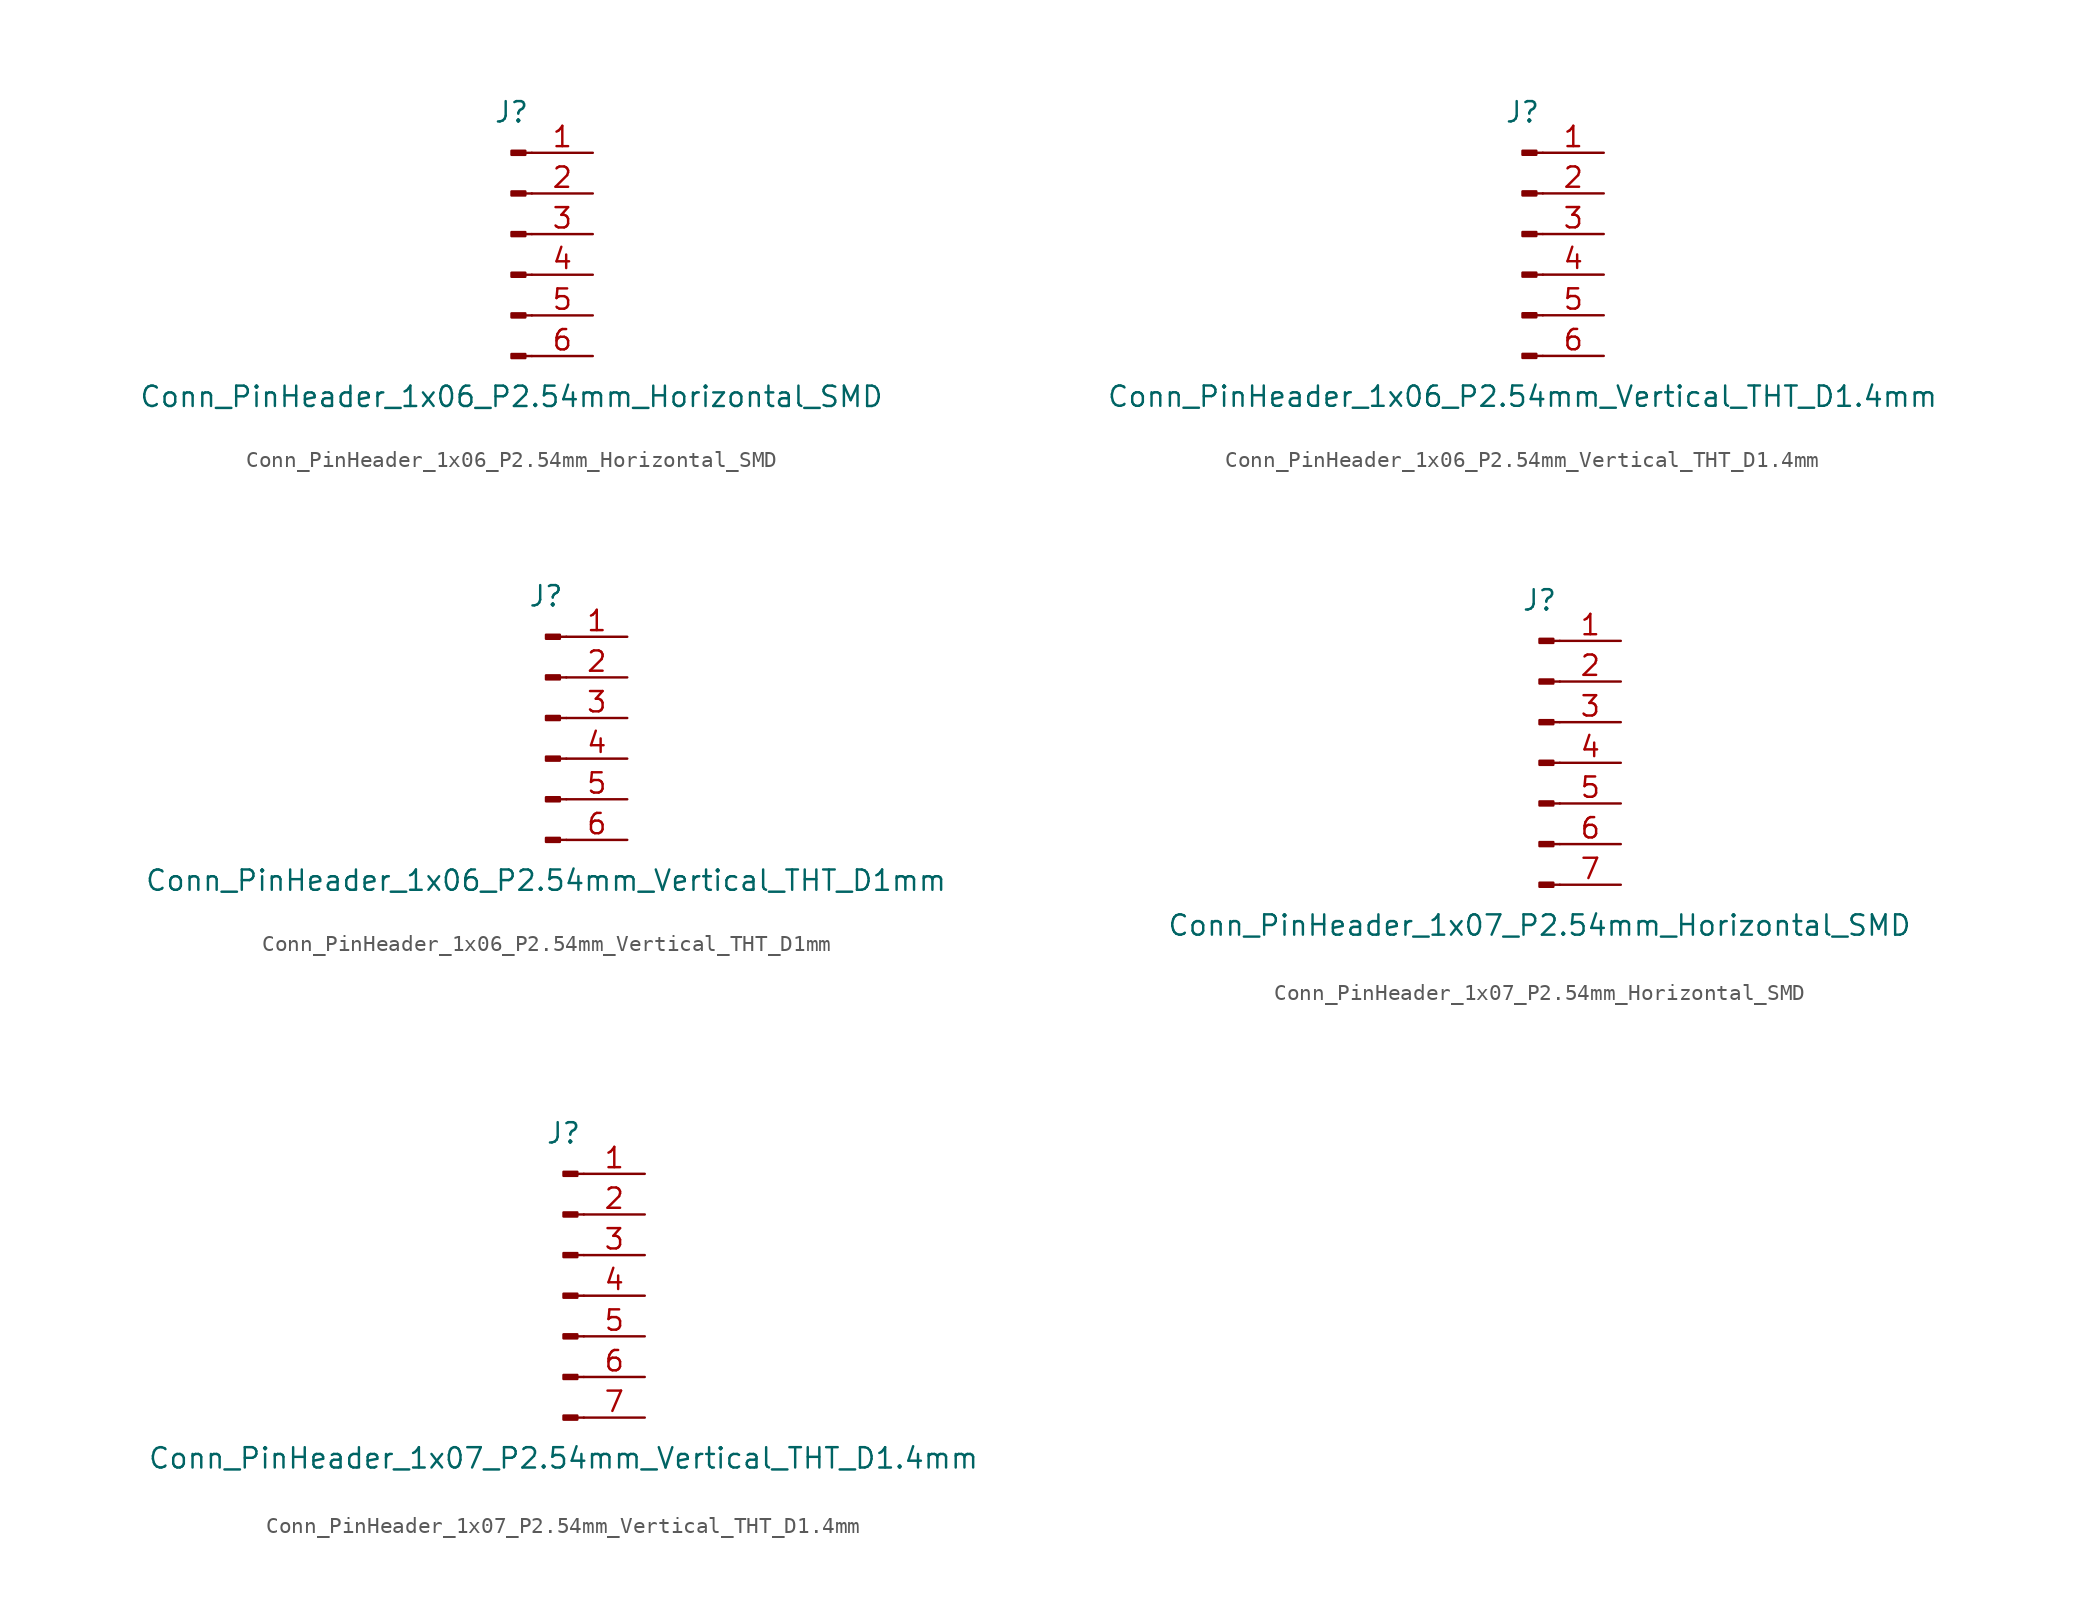
<source format=kicad_sym>
(kicad_symbol_lib
  (version 20220914)
  (generator kicad_symbol_editor)
  (symbol "Conn_PinHeader_1x06_P2.54mm_Horizontal_SMD"
    (pin_names
      (offset 1.016) hide)
    (property "Reference" "J"
      (at 0 7.62 0)
      (effects (font (size 1.27 1.27))))
    (property "Value" "Conn_PinHeader_1x06_P2.54mm_Horizontal_SMD"
      (at 0 -10.16 0)
      (effects (font (size 1.27 1.27))))
    (symbol "Conn_PinHeader_1x06_P2.54mm_Horizontal_SMD_1_1"
      (polyline (pts (xy 1.27 -7.62) (xy 0.864 -7.62)) (stroke (width 0.152) (type solid)) (fill (type none)))
      (polyline (pts (xy 1.27 -5.08) (xy 0.864 -5.08)) (stroke (width 0.152) (type solid)) (fill (type none)))
      (polyline (pts (xy 1.27 -2.54) (xy 0.864 -2.54)) (stroke (width 0.152) (type solid)) (fill (type none)))
      (polyline (pts (xy 1.27 0) (xy 0.864 0)) (stroke (width 0.152) (type solid)) (fill (type none)))
      (polyline (pts (xy 1.27 2.54) (xy 0.864 2.54)) (stroke (width 0.152) (type solid)) (fill (type none)))
      (polyline (pts (xy 1.27 5.08) (xy 0.864 5.08)) (stroke (width 0.152) (type solid)) (fill (type none)))
      (rectangle (start 0.864 -7.493) (end 0 -7.747) (stroke (width 0.152) (type solid)) (fill (type outline)))
      (rectangle (start 0.864 -4.953) (end 0 -5.207) (stroke (width 0.152) (type solid)) (fill (type outline)))
      (rectangle (start 0.864 -2.413) (end 0 -2.667) (stroke (width 0.152) (type solid)) (fill (type outline)))
      (rectangle (start 0.864 0.127) (end 0 -0.127) (stroke (width 0.152) (type solid)) (fill (type outline)))
      (rectangle (start 0.864 2.667) (end 0 2.413) (stroke (width 0.152) (type solid)) (fill (type outline)))
      (rectangle (start 0.864 5.207) (end 0 4.953) (stroke (width 0.152) (type solid)) (fill (type outline)))
      (pin passive line (at 5.08 5.08 180) (length 3.81) (name "Pin_1" (effects (font (size 1.27 1.27)))) (number "1" (effects (font (size 1.27 1.27)))))
      (pin passive line (at 5.08 2.54 180) (length 3.81) (name "Pin_2" (effects (font (size 1.27 1.27)))) (number "2" (effects (font (size 1.27 1.27)))))
      (pin passive line (at 5.08 0 180) (length 3.81) (name "Pin_3" (effects (font (size 1.27 1.27)))) (number "3" (effects (font (size 1.27 1.27)))))
      (pin passive line (at 5.08 -2.54 180) (length 3.81) (name "Pin_4" (effects (font (size 1.27 1.27)))) (number "4" (effects (font (size 1.27 1.27)))))
      (pin passive line (at 5.08 -5.08 180) (length 3.81) (name "Pin_5" (effects (font (size 1.27 1.27)))) (number "5" (effects (font (size 1.27 1.27)))))
      (pin passive line (at 5.08 -7.62 180) (length 3.81) (name "Pin_6" (effects (font (size 1.27 1.27)))) (number "6" (effects (font (size 1.27 1.27)))))))
  (symbol "Conn_PinHeader_1x06_P2.54mm_Vertical_THT_D1.4mm"
    (pin_names
      (offset 1.016) hide)
    (property "Reference" "J"
      (at 0 7.62 0)
      (effects (font (size 1.27 1.27))))
    (property "Value" "Conn_PinHeader_1x06_P2.54mm_Vertical_THT_D1.4mm"
      (at 0 -10.16 0)
      (effects (font (size 1.27 1.27))))
    (symbol "Conn_PinHeader_1x06_P2.54mm_Vertical_THT_D1.4mm_1_1"
      (polyline (pts (xy 1.27 -7.62) (xy 0.864 -7.62)) (stroke (width 0.152) (type solid)) (fill (type none)))
      (polyline (pts (xy 1.27 -5.08) (xy 0.864 -5.08)) (stroke (width 0.152) (type solid)) (fill (type none)))
      (polyline (pts (xy 1.27 -2.54) (xy 0.864 -2.54)) (stroke (width 0.152) (type solid)) (fill (type none)))
      (polyline (pts (xy 1.27 0) (xy 0.864 0)) (stroke (width 0.152) (type solid)) (fill (type none)))
      (polyline (pts (xy 1.27 2.54) (xy 0.864 2.54)) (stroke (width 0.152) (type solid)) (fill (type none)))
      (polyline (pts (xy 1.27 5.08) (xy 0.864 5.08)) (stroke (width 0.152) (type solid)) (fill (type none)))
      (rectangle (start 0.864 -7.493) (end 0 -7.747) (stroke (width 0.152) (type solid)) (fill (type outline)))
      (rectangle (start 0.864 -4.953) (end 0 -5.207) (stroke (width 0.152) (type solid)) (fill (type outline)))
      (rectangle (start 0.864 -2.413) (end 0 -2.667) (stroke (width 0.152) (type solid)) (fill (type outline)))
      (rectangle (start 0.864 0.127) (end 0 -0.127) (stroke (width 0.152) (type solid)) (fill (type outline)))
      (rectangle (start 0.864 2.667) (end 0 2.413) (stroke (width 0.152) (type solid)) (fill (type outline)))
      (rectangle (start 0.864 5.207) (end 0 4.953) (stroke (width 0.152) (type solid)) (fill (type outline)))
      (pin passive line (at 5.08 5.08 180) (length 3.81) (name "Pin_1" (effects (font (size 1.27 1.27)))) (number "1" (effects (font (size 1.27 1.27)))))
      (pin passive line (at 5.08 2.54 180) (length 3.81) (name "Pin_2" (effects (font (size 1.27 1.27)))) (number "2" (effects (font (size 1.27 1.27)))))
      (pin passive line (at 5.08 0 180) (length 3.81) (name "Pin_3" (effects (font (size 1.27 1.27)))) (number "3" (effects (font (size 1.27 1.27)))))
      (pin passive line (at 5.08 -2.54 180) (length 3.81) (name "Pin_4" (effects (font (size 1.27 1.27)))) (number "4" (effects (font (size 1.27 1.27)))))
      (pin passive line (at 5.08 -5.08 180) (length 3.81) (name "Pin_5" (effects (font (size 1.27 1.27)))) (number "5" (effects (font (size 1.27 1.27)))))
      (pin passive line (at 5.08 -7.62 180) (length 3.81) (name "Pin_6" (effects (font (size 1.27 1.27)))) (number "6" (effects (font (size 1.27 1.27)))))))
  (symbol "Conn_PinHeader_1x06_P2.54mm_Vertical_THT_D1mm"
    (pin_names
      (offset 1.016) hide)
    (property "Reference" "J"
      (at 0 7.62 0)
      (effects (font (size 1.27 1.27))))
    (property "Value" "Conn_PinHeader_1x06_P2.54mm_Vertical_THT_D1mm"
      (at 0 -10.16 0)
      (effects (font (size 1.27 1.27))))
    (symbol "Conn_PinHeader_1x06_P2.54mm_Vertical_THT_D1mm_1_1"
      (polyline (pts (xy 1.27 -7.62) (xy 0.864 -7.62)) (stroke (width 0.152) (type solid)) (fill (type none)))
      (polyline (pts (xy 1.27 -5.08) (xy 0.864 -5.08)) (stroke (width 0.152) (type solid)) (fill (type none)))
      (polyline (pts (xy 1.27 -2.54) (xy 0.864 -2.54)) (stroke (width 0.152) (type solid)) (fill (type none)))
      (polyline (pts (xy 1.27 0) (xy 0.864 0)) (stroke (width 0.152) (type solid)) (fill (type none)))
      (polyline (pts (xy 1.27 2.54) (xy 0.864 2.54)) (stroke (width 0.152) (type solid)) (fill (type none)))
      (polyline (pts (xy 1.27 5.08) (xy 0.864 5.08)) (stroke (width 0.152) (type solid)) (fill (type none)))
      (rectangle (start 0.864 -7.493) (end 0 -7.747) (stroke (width 0.152) (type solid)) (fill (type outline)))
      (rectangle (start 0.864 -4.953) (end 0 -5.207) (stroke (width 0.152) (type solid)) (fill (type outline)))
      (rectangle (start 0.864 -2.413) (end 0 -2.667) (stroke (width 0.152) (type solid)) (fill (type outline)))
      (rectangle (start 0.864 0.127) (end 0 -0.127) (stroke (width 0.152) (type solid)) (fill (type outline)))
      (rectangle (start 0.864 2.667) (end 0 2.413) (stroke (width 0.152) (type solid)) (fill (type outline)))
      (rectangle (start 0.864 5.207) (end 0 4.953) (stroke (width 0.152) (type solid)) (fill (type outline)))
      (pin passive line (at 5.08 5.08 180) (length 3.81) (name "Pin_1" (effects (font (size 1.27 1.27)))) (number "1" (effects (font (size 1.27 1.27)))))
      (pin passive line (at 5.08 2.54 180) (length 3.81) (name "Pin_2" (effects (font (size 1.27 1.27)))) (number "2" (effects (font (size 1.27 1.27)))))
      (pin passive line (at 5.08 0 180) (length 3.81) (name "Pin_3" (effects (font (size 1.27 1.27)))) (number "3" (effects (font (size 1.27 1.27)))))
      (pin passive line (at 5.08 -2.54 180) (length 3.81) (name "Pin_4" (effects (font (size 1.27 1.27)))) (number "4" (effects (font (size 1.27 1.27)))))
      (pin passive line (at 5.08 -5.08 180) (length 3.81) (name "Pin_5" (effects (font (size 1.27 1.27)))) (number "5" (effects (font (size 1.27 1.27)))))
      (pin passive line (at 5.08 -7.62 180) (length 3.81) (name "Pin_6" (effects (font (size 1.27 1.27)))) (number "6" (effects (font (size 1.27 1.27)))))))
  (symbol "Conn_PinHeader_1x07_P2.54mm_Horizontal_SMD"
    (pin_names
      (offset 1.016) hide)
    (property "Reference" "J"
      (at 0 10.16 0)
      (effects (font (size 1.27 1.27))))
    (property "Value" "Conn_PinHeader_1x07_P2.54mm_Horizontal_SMD"
      (at 0 -10.16 0)
      (effects (font (size 1.27 1.27))))
    (symbol "Conn_PinHeader_1x07_P2.54mm_Horizontal_SMD_1_1"
      (polyline (pts (xy 1.27 -7.62) (xy 0.864 -7.62)) (stroke (width 0.152) (type solid)) (fill (type none)))
      (polyline (pts (xy 1.27 -5.08) (xy 0.864 -5.08)) (stroke (width 0.152) (type solid)) (fill (type none)))
      (polyline (pts (xy 1.27 -2.54) (xy 0.864 -2.54)) (stroke (width 0.152) (type solid)) (fill (type none)))
      (polyline (pts (xy 1.27 0) (xy 0.864 0)) (stroke (width 0.152) (type solid)) (fill (type none)))
      (polyline (pts (xy 1.27 2.54) (xy 0.864 2.54)) (stroke (width 0.152) (type solid)) (fill (type none)))
      (polyline (pts (xy 1.27 5.08) (xy 0.864 5.08)) (stroke (width 0.152) (type solid)) (fill (type none)))
      (polyline (pts (xy 1.27 7.62) (xy 0.864 7.62)) (stroke (width 0.152) (type solid)) (fill (type none)))
      (rectangle (start 0.864 -7.493) (end 0 -7.747) (stroke (width 0.152) (type solid)) (fill (type outline)))
      (rectangle (start 0.864 -4.953) (end 0 -5.207) (stroke (width 0.152) (type solid)) (fill (type outline)))
      (rectangle (start 0.864 -2.413) (end 0 -2.667) (stroke (width 0.152) (type solid)) (fill (type outline)))
      (rectangle (start 0.864 0.127) (end 0 -0.127) (stroke (width 0.152) (type solid)) (fill (type outline)))
      (rectangle (start 0.864 2.667) (end 0 2.413) (stroke (width 0.152) (type solid)) (fill (type outline)))
      (rectangle (start 0.864 5.207) (end 0 4.953) (stroke (width 0.152) (type solid)) (fill (type outline)))
      (rectangle (start 0.864 7.747) (end 0 7.493) (stroke (width 0.152) (type solid)) (fill (type outline)))
      (pin passive line (at 5.08 7.62 180) (length 3.81) (name "Pin_1" (effects (font (size 1.27 1.27)))) (number "1" (effects (font (size 1.27 1.27)))))
      (pin passive line (at 5.08 5.08 180) (length 3.81) (name "Pin_2" (effects (font (size 1.27 1.27)))) (number "2" (effects (font (size 1.27 1.27)))))
      (pin passive line (at 5.08 2.54 180) (length 3.81) (name "Pin_3" (effects (font (size 1.27 1.27)))) (number "3" (effects (font (size 1.27 1.27)))))
      (pin passive line (at 5.08 0 180) (length 3.81) (name "Pin_4" (effects (font (size 1.27 1.27)))) (number "4" (effects (font (size 1.27 1.27)))))
      (pin passive line (at 5.08 -2.54 180) (length 3.81) (name "Pin_5" (effects (font (size 1.27 1.27)))) (number "5" (effects (font (size 1.27 1.27)))))
      (pin passive line (at 5.08 -5.08 180) (length 3.81) (name "Pin_6" (effects (font (size 1.27 1.27)))) (number "6" (effects (font (size 1.27 1.27)))))
      (pin passive line (at 5.08 -7.62 180) (length 3.81) (name "Pin_7" (effects (font (size 1.27 1.27)))) (number "7" (effects (font (size 1.27 1.27)))))))
  (symbol "Conn_PinHeader_1x07_P2.54mm_Vertical_THT_D1.4mm"
    (pin_names
      (offset 1.016) hide)
    (property "Reference" "J"
      (at 0 10.16 0)
      (effects (font (size 1.27 1.27))))
    (property "Value" "Conn_PinHeader_1x07_P2.54mm_Vertical_THT_D1.4mm"
      (at 0 -10.16 0)
      (effects (font (size 1.27 1.27))))
    (symbol "Conn_PinHeader_1x07_P2.54mm_Vertical_THT_D1.4mm_1_1"
      (polyline (pts (xy 1.27 -7.62) (xy 0.864 -7.62)) (stroke (width 0.152) (type solid)) (fill (type none)))
      (polyline (pts (xy 1.27 -5.08) (xy 0.864 -5.08)) (stroke (width 0.152) (type solid)) (fill (type none)))
      (polyline (pts (xy 1.27 -2.54) (xy 0.864 -2.54)) (stroke (width 0.152) (type solid)) (fill (type none)))
      (polyline (pts (xy 1.27 0) (xy 0.864 0)) (stroke (width 0.152) (type solid)) (fill (type none)))
      (polyline (pts (xy 1.27 2.54) (xy 0.864 2.54)) (stroke (width 0.152) (type solid)) (fill (type none)))
      (polyline (pts (xy 1.27 5.08) (xy 0.864 5.08)) (stroke (width 0.152) (type solid)) (fill (type none)))
      (polyline (pts (xy 1.27 7.62) (xy 0.864 7.62)) (stroke (width 0.152) (type solid)) (fill (type none)))
      (rectangle (start 0.864 -7.493) (end 0 -7.747) (stroke (width 0.152) (type solid)) (fill (type outline)))
      (rectangle (start 0.864 -4.953) (end 0 -5.207) (stroke (width 0.152) (type solid)) (fill (type outline)))
      (rectangle (start 0.864 -2.413) (end 0 -2.667) (stroke (width 0.152) (type solid)) (fill (type outline)))
      (rectangle (start 0.864 0.127) (end 0 -0.127) (stroke (width 0.152) (type solid)) (fill (type outline)))
      (rectangle (start 0.864 2.667) (end 0 2.413) (stroke (width 0.152) (type solid)) (fill (type outline)))
      (rectangle (start 0.864 5.207) (end 0 4.953) (stroke (width 0.152) (type solid)) (fill (type outline)))
      (rectangle (start 0.864 7.747) (end 0 7.493) (stroke (width 0.152) (type solid)) (fill (type outline)))
      (pin passive line (at 5.08 7.62 180) (length 3.81) (name "Pin_1" (effects (font (size 1.27 1.27)))) (number "1" (effects (font (size 1.27 1.27)))))
      (pin passive line (at 5.08 5.08 180) (length 3.81) (name "Pin_2" (effects (font (size 1.27 1.27)))) (number "2" (effects (font (size 1.27 1.27)))))
      (pin passive line (at 5.08 2.54 180) (length 3.81) (name "Pin_3" (effects (font (size 1.27 1.27)))) (number "3" (effects (font (size 1.27 1.27)))))
      (pin passive line (at 5.08 0 180) (length 3.81) (name "Pin_4" (effects (font (size 1.27 1.27)))) (number "4" (effects (font (size 1.27 1.27)))))
      (pin passive line (at 5.08 -2.54 180) (length 3.81) (name "Pin_5" (effects (font (size 1.27 1.27)))) (number "5" (effects (font (size 1.27 1.27)))))
      (pin passive line (at 5.08 -5.08 180) (length 3.81) (name "Pin_6" (effects (font (size 1.27 1.27)))) (number "6" (effects (font (size 1.27 1.27)))))
      (pin passive line (at 5.08 -7.62 180) (length 3.81) (name "Pin_7" (effects (font (size 1.27 1.27)))) (number "7" (effects (font (size 1.27 1.27))))))))
</source>
